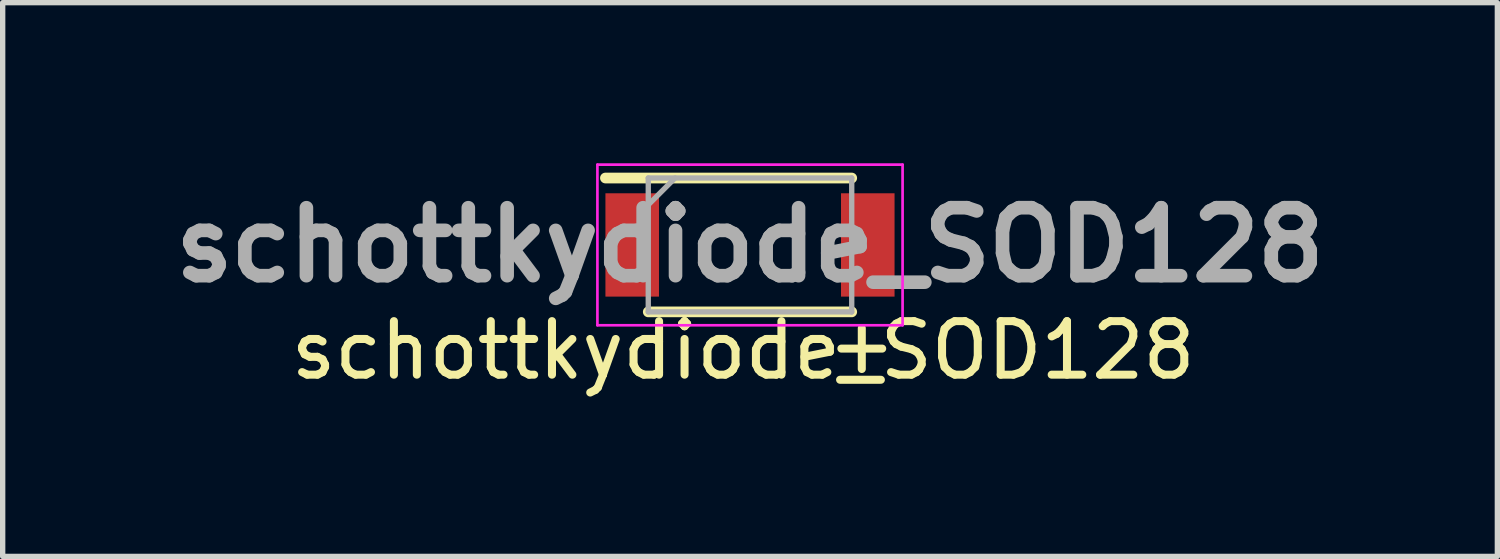
<source format=kicad_pcb>
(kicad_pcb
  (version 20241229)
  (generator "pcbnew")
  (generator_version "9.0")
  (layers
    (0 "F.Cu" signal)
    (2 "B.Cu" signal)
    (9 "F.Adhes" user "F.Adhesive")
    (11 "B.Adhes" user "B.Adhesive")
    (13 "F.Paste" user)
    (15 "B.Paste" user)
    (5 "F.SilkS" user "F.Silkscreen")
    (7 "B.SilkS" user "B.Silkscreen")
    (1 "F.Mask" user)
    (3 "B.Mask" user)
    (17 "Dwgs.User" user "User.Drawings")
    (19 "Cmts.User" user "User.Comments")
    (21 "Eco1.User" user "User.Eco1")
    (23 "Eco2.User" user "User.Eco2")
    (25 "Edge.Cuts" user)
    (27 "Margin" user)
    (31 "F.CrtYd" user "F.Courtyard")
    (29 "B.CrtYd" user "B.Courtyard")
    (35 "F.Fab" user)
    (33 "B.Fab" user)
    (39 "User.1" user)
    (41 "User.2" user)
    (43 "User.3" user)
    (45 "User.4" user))
  (footprint "schottkydiode_SOD128"
    (layer "F.Cu")
    (at 10.958 1.525)
    (property "Reference" "schottkydiode_SOD128" (at -0.127 1.968 180) (layer "F.SilkS") (effects (font (size 1 1) (thickness 0.15))))
    (attr smd)
    (fp_line (start -2.7 -1.25) (end 1.9 -1.25) (stroke (width 0.2) (type solid)) (layer "F.SilkS"))
    (fp_line (start -1.9 1.25) (end 1.9 1.25) (stroke (width 0.2) (type solid)) (layer "F.SilkS"))
    (fp_line (start -2.85 -1.5) (end 2.85 -1.5) (stroke (width 0.05) (type solid)) (layer "F.CrtYd"))
    (fp_line (start -2.85 1.5) (end -2.85 -1.5) (stroke (width 0.05) (type solid)) (layer "F.CrtYd"))
    (fp_line (start 2.85 -1.5) (end 2.85 1.5) (stroke (width 0.05) (type solid)) (layer "F.CrtYd"))
    (fp_line (start 2.85 1.5) (end -2.85 1.5) (stroke (width 0.05) (type solid)) (layer "F.CrtYd"))
    (fp_line (start -1.9 -1.25) (end 1.9 -1.25) (stroke (width 0.1) (type solid)) (layer "F.Fab"))
    (fp_line (start -1.9 -0.75) (end -1.4 -1.25) (stroke (width 0.1) (type solid)) (layer "F.Fab"))
    (fp_line (start -1.9 1.25) (end -1.9 -1.25) (stroke (width 0.1) (type solid)) (layer "F.Fab"))
    (fp_line (start 1.9 -1.25) (end 1.9 1.25) (stroke (width 0.1) (type solid)) (layer "F.Fab"))
    (fp_line (start 1.9 1.25) (end -1.9 1.25) (stroke (width 0.1) (type solid)) (layer "F.Fab"))
    (fp_text user "+" (at 2.088 1.862 0) (layer "F.SilkS") (effects (font (size 1 1) (thickness 0.15))))
    (fp_text user "${REFERENCE}" (at 0 0 0) (layer "F.Fab") (effects (font (size 1.27 1.27) (thickness 0.254))))
    (pad "1" smd rect (at -2.2 0 90) (size 1.93 1) (layers "F.Cu" "F.Mask" "F.Paste"))
    (pad "2" smd rect (at 2.2 0 90) (size 1.93 1) (layers "F.Cu" "F.Mask" "F.Paste")))
  (gr_rect
    (start -3 -3)
    (end 24.917 7.342)
    (stroke (width 0.1) (type default))
    (fill no)
    (layer "Edge.Cuts")))
</source>
